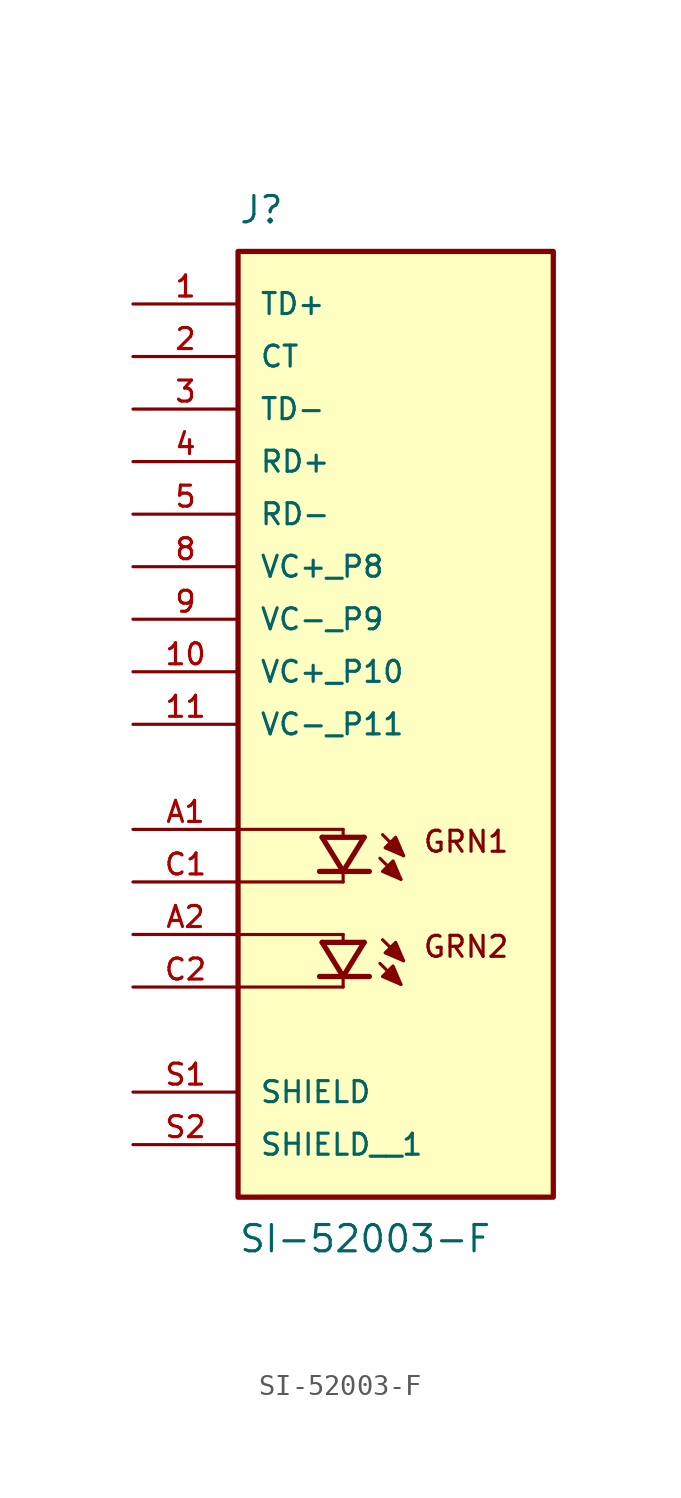
<source format=kicad_sym>
(kicad_symbol_lib
  (version 20211014)
  (generator kicad_symbol_editor)
  (symbol "SI-52003-F"
    (pin_names
      (offset 1.016))
    (property "Reference" "J"
      (at -7.62 21.59 0)
      (effects (font (size 1.27 1.27)) (justify bottom left)))
    (property "Value" "SI-52003-F"
      (at -7.62 -26.67 0)
      (effects (font (size 1.27 1.27)) (justify top left)))
    (symbol "SI-52003-F_0_0"
      (polyline (pts (xy -3.556 -8.001) (xy -2.54 -9.652)) (stroke (width 0.254)))
      (polyline (pts (xy -2.54 -9.652) (xy -1.524 -8.001)) (stroke (width 0.254)))
      (polyline (pts (xy -3.683 -9.652) (xy -2.54 -9.652)) (stroke (width 0.254)))
      (polyline (pts (xy -2.54 -9.652) (xy -1.27 -9.652)) (stroke (width 0.254)))
      (polyline (pts (xy -3.556 -8.001) (xy -1.524 -8.001)) (stroke (width 0.254)))
      (polyline (pts (xy -0.635 -7.874) (xy 0.381 -8.89)) (stroke (width 0.152)))
      (polyline (pts (xy -0.762 -9.017) (xy 0.254 -10.033)) (stroke (width 0.152)))
      (polyline (pts (xy -2.54 -7.62) (xy -2.54 -7.874)) (stroke (width 0.152)))
      (polyline (pts (xy -2.54 -9.779) (xy -2.54 -10.16)) (stroke (width 0.152)))
      (polyline (pts (xy -7.62 -7.62) (xy -2.54 -7.62)) (stroke (width 0.152)))
      (polyline (pts (xy -2.54 -10.16) (xy -7.62 -10.16)) (stroke (width 0.152)))
      (polyline (pts (xy -3.556 -13.081) (xy -2.54 -14.732)) (stroke (width 0.254)))
      (polyline (pts (xy -2.54 -14.732) (xy -1.524 -13.081)) (stroke (width 0.254)))
      (polyline (pts (xy -3.683 -14.732) (xy -2.54 -14.732)) (stroke (width 0.254)))
      (polyline (pts (xy -2.54 -14.732) (xy -1.27 -14.732)) (stroke (width 0.254)))
      (polyline (pts (xy -3.556 -13.081) (xy -1.524 -13.081)) (stroke (width 0.254)))
      (polyline (pts (xy -0.635 -12.954) (xy 0.381 -13.97)) (stroke (width 0.152)))
      (polyline (pts (xy -0.762 -14.097) (xy 0.254 -15.113)) (stroke (width 0.152)))
      (polyline (pts (xy -2.54 -12.7) (xy -2.54 -12.954)) (stroke (width 0.152)))
      (polyline (pts (xy -2.54 -14.859) (xy -2.54 -15.24)) (stroke (width 0.152)))
      (polyline (pts (xy -7.62 -12.7) (xy -2.54 -12.7)) (stroke (width 0.152)))
      (polyline (pts (xy -2.54 -15.24) (xy -7.62 -15.24)) (stroke (width 0.152)))
      (polyline (pts (xy 0.381 -8.89) (xy 0.0 -8.001) (xy -0.508 -8.509) (xy 0.381 -8.89)) (stroke (width 0.152)) (fill (type outline)))
      (polyline (pts (xy 0.254 -10.033) (xy -0.127 -9.144) (xy -0.635 -9.652) (xy 0.254 -10.033)) (stroke (width 0.152)) (fill (type outline)))
      (polyline (pts (xy 0.381 -13.97) (xy 0.0 -13.081) (xy -0.508 -13.589) (xy 0.381 -13.97)) (stroke (width 0.152)) (fill (type outline)))
      (polyline (pts (xy 0.254 -15.113) (xy -0.127 -14.224) (xy -0.635 -14.732) (xy 0.254 -15.113)) (stroke (width 0.152)) (fill (type outline)))
      (text "GRN1" (at 1.27 -7.62 0) (effects (font (size 1.016 1.016)) (justify top left)))
      (text "GRN2" (at 1.27 -12.7 0) (effects (font (size 1.016 1.016)) (justify top left)))
      (rectangle (start -7.62 -25.4) (end 7.62 20.32) (stroke (width 0.254)) (fill (type background)))
      (pin passive line (at -12.7 17.78 0) (length 5.08) (name "TD+" (effects (font (size 1.016 1.016)))) (number "1" (effects (font (size 1.016 1.016)))))
      (pin passive line (at -12.7 15.24 0) (length 5.08) (name "CT" (effects (font (size 1.016 1.016)))) (number "2" (effects (font (size 1.016 1.016)))))
      (pin passive line (at -12.7 12.7 0) (length 5.08) (name "TD-" (effects (font (size 1.016 1.016)))) (number "3" (effects (font (size 1.016 1.016)))))
      (pin passive line (at -12.7 10.16 0) (length 5.08) (name "RD+" (effects (font (size 1.016 1.016)))) (number "4" (effects (font (size 1.016 1.016)))))
      (pin passive line (at -12.7 7.62 0) (length 5.08) (name "RD-" (effects (font (size 1.016 1.016)))) (number "5" (effects (font (size 1.016 1.016)))))
      (pin passive line (at -12.7 5.08 0) (length 5.08) (name "VC+_P8" (effects (font (size 1.016 1.016)))) (number "8" (effects (font (size 1.016 1.016)))))
      (pin passive line (at -12.7 2.54 0) (length 5.08) (name "VC-_P9" (effects (font (size 1.016 1.016)))) (number "9" (effects (font (size 1.016 1.016)))))
      (pin passive line (at -12.7 0.0 0) (length 5.08) (name "VC+_P10" (effects (font (size 1.016 1.016)))) (number "10" (effects (font (size 1.016 1.016)))))
      (pin passive line (at -12.7 -10.16 0) (length 5.08) (name "~" (effects (font (size 1.016 1.016)))) (number "C1" (effects (font (size 1.016 1.016)))))
      (pin passive line (at -12.7 -7.62 0) (length 5.08) (name "~" (effects (font (size 1.016 1.016)))) (number "A1" (effects (font (size 1.016 1.016)))))
      (pin passive line (at -12.7 -15.24 0) (length 5.08) (name "~" (effects (font (size 1.016 1.016)))) (number "C2" (effects (font (size 1.016 1.016)))))
      (pin passive line (at -12.7 -12.7 0) (length 5.08) (name "~" (effects (font (size 1.016 1.016)))) (number "A2" (effects (font (size 1.016 1.016)))))
      (pin passive line (at -12.7 -2.54 0) (length 5.08) (name "VC-_P11" (effects (font (size 1.016 1.016)))) (number "11" (effects (font (size 1.016 1.016)))))
      (pin passive line (at -12.7 -20.32 0) (length 5.08) (name "SHIELD" (effects (font (size 1.016 1.016)))) (number "S1" (effects (font (size 1.016 1.016)))))
      (pin passive line (at -12.7 -22.86 0) (length 5.08) (name "SHIELD__1" (effects (font (size 1.016 1.016)))) (number "S2" (effects (font (size 1.016 1.016))))))))
</source>
